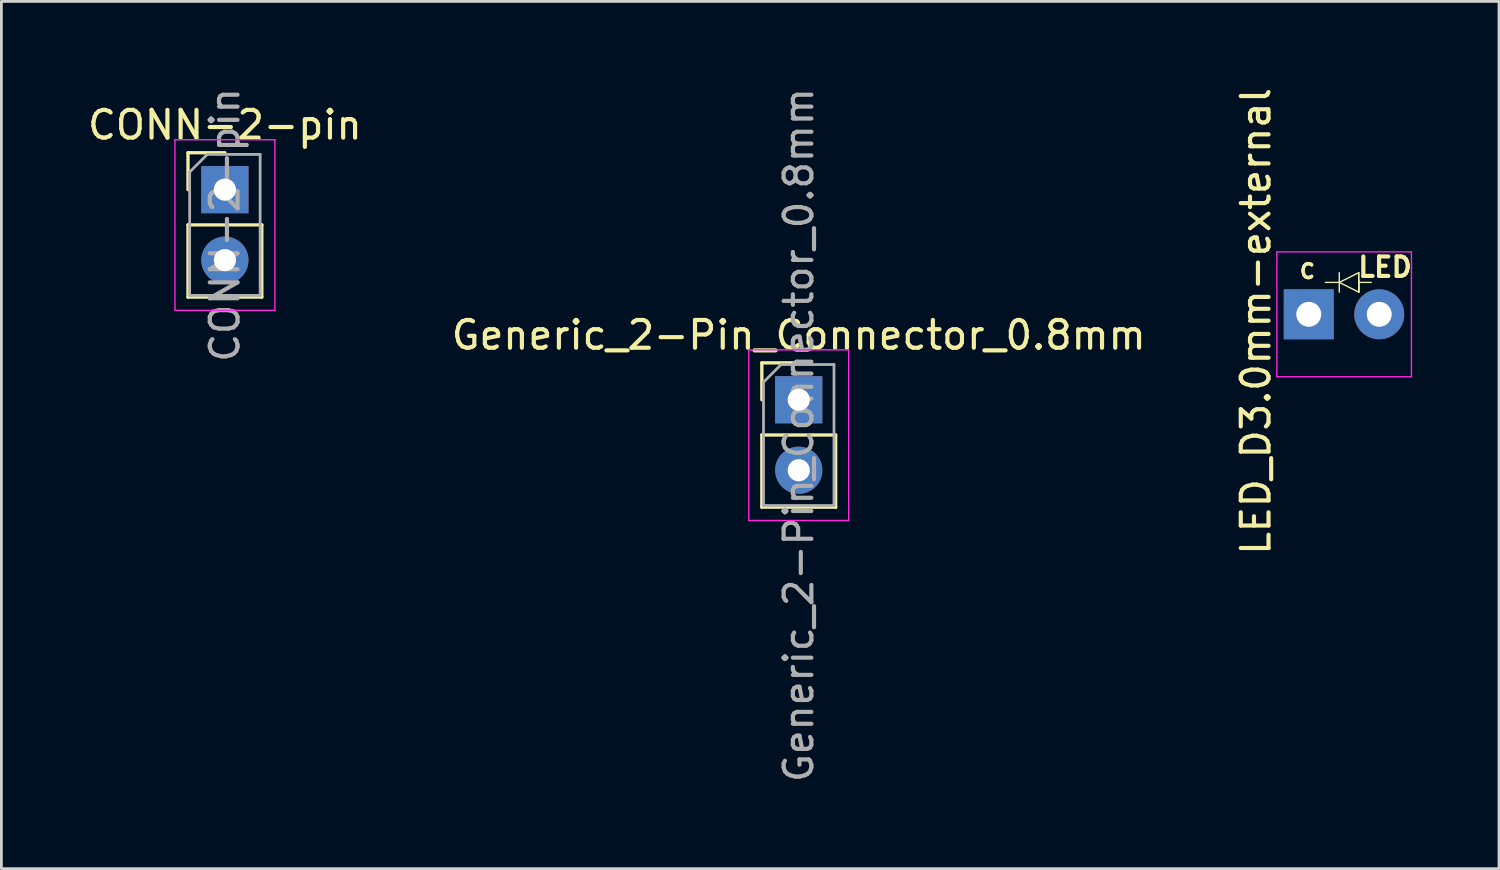
<source format=kicad_pcb>
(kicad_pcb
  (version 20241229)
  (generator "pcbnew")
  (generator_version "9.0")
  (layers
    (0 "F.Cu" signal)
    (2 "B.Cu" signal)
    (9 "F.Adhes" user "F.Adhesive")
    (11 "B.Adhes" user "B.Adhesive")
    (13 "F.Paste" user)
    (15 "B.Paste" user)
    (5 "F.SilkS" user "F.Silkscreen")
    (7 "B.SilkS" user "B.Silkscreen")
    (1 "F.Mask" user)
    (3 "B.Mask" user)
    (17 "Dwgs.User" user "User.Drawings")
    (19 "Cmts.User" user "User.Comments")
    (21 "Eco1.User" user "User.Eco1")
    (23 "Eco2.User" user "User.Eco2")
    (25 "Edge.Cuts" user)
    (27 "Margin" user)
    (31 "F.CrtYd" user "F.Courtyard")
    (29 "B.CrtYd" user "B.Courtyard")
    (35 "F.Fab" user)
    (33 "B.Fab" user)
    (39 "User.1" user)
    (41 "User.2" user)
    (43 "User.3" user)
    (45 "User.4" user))
  (footprint "CONN-2-pin"
    (layer "F.Cu")
    (at 5.054 3.784)
    (property "Reference" "CONN-2-pin" (at 0 -2.33 0) (layer "F.SilkS") (effects (font (size 1 1) (thickness 0.15))))
    (attr through_hole)
    (fp_line (start -1.33 -1.33) (end 0 -1.33) (stroke (width 0.12) (type solid)) (layer "F.SilkS"))
    (fp_line (start -1.33 0) (end -1.33 -1.33) (stroke (width 0.12) (type solid)) (layer "F.SilkS"))
    (fp_line (start -1.33 1.27) (end -1.33 3.87) (stroke (width 0.12) (type solid)) (layer "F.SilkS"))
    (fp_line (start -1.33 1.27) (end 1.33 1.27) (stroke (width 0.12) (type solid)) (layer "F.SilkS"))
    (fp_line (start -1.33 3.87) (end 1.33 3.87) (stroke (width 0.12) (type solid)) (layer "F.SilkS"))
    (fp_line (start 1.33 1.27) (end 1.33 3.87) (stroke (width 0.12) (type solid)) (layer "F.SilkS"))
    (fp_line (start -1.8 -1.8) (end -1.8 4.35) (stroke (width 0.05) (type solid)) (layer "F.CrtYd"))
    (fp_line (start -1.8 4.35) (end 1.8 4.35) (stroke (width 0.05) (type solid)) (layer "F.CrtYd"))
    (fp_line (start 1.8 -1.8) (end -1.8 -1.8) (stroke (width 0.05) (type solid)) (layer "F.CrtYd"))
    (fp_line (start 1.8 4.35) (end 1.8 -1.8) (stroke (width 0.05) (type solid)) (layer "F.CrtYd"))
    (fp_line (start -1.27 -0.635) (end -0.635 -1.27) (stroke (width 0.1) (type solid)) (layer "F.Fab"))
    (fp_line (start -1.27 3.81) (end -1.27 -0.635) (stroke (width 0.1) (type solid)) (layer "F.Fab"))
    (fp_line (start -0.635 -1.27) (end 1.27 -1.27) (stroke (width 0.1) (type solid)) (layer "F.Fab"))
    (fp_line (start 1.27 -1.27) (end 1.27 3.81) (stroke (width 0.1) (type solid)) (layer "F.Fab"))
    (fp_line (start 1.27 3.81) (end -1.27 3.81) (stroke (width 0.1) (type solid)) (layer "F.Fab"))
    (fp_text user "${REFERENCE}" (at 0 1.27 90) (layer "F.Fab") (effects (font (size 1 1) (thickness 0.15))))
    (pad "1" thru_hole rect (at 0 0) (size 1.7 1.7) (drill 0.8) (layers "*.Cu" "*.Mask"))
    (pad "2" thru_hole oval (at 0 2.54) (size 1.7 1.7) (drill 0.8) (layers "*.Cu" "*.Mask")))
  (footprint "LED_D3.0mm-external"
    (layer "F.Cu")
    (at 44.11 8.276)
    (property "Reference" "LED_D3.0mm-external" (at -1.905 0.254 90) (layer "F.SilkS") (effects (font (size 1 1) (thickness 0.15))))
    (attr through_hole)
    (fp_line (start 1.1 -1.5) (end 1.1 -0.8) (stroke (width 0.05) (type solid)) (layer "F.SilkS"))
    (fp_line (start 1.1 -1.15) (end 0.6 -1.15) (stroke (width 0.05) (type solid)) (layer "F.SilkS"))
    (fp_line (start 1.1 -1.15) (end 1.8 -0.8) (stroke (width 0.05) (type solid)) (layer "F.SilkS"))
    (fp_line (start 1.8 -1.5) (end 1.1 -1.15) (stroke (width 0.05) (type solid)) (layer "F.SilkS"))
    (fp_line (start 1.8 -1.5) (end 1.8 -1.2) (stroke (width 0.05) (type solid)) (layer "F.SilkS"))
    (fp_line (start 1.8 -1.2) (end 1.8 -1.5) (stroke (width 0.05) (type solid)) (layer "F.SilkS"))
    (fp_line (start 1.8 -1.2) (end 1.8 -0.8) (stroke (width 0.05) (type solid)) (layer "F.SilkS"))
    (fp_line (start 1.8 -1.2) (end 1.8 -0.8) (stroke (width 0.05) (type solid)) (layer "F.SilkS"))
    (fp_line (start 1.8 -1.2) (end 1.8 -0.8) (stroke (width 0.05) (type solid)) (layer "F.SilkS"))
    (fp_line (start 1.8 -1.15) (end 2.25 -1.15) (stroke (width 0.05) (type solid)) (layer "F.SilkS"))
    (fp_line (start 1.8 -0.8) (end 1.8 -1.2) (stroke (width 0.05) (type solid)) (layer "F.SilkS"))
    (fp_line (start -1.15 -2.25) (end -1.15 2.25) (stroke (width 0.05) (type solid)) (layer "F.CrtYd"))
    (fp_line (start -1.15 2.25) (end 3.7 2.25) (stroke (width 0.05) (type solid)) (layer "F.CrtYd"))
    (fp_line (start 3.7 -2.25) (end -1.15 -2.25) (stroke (width 0.05) (type solid)) (layer "F.CrtYd"))
    (fp_line (start 3.7 2.25) (end 3.7 -2.25) (stroke (width 0.05) (type solid)) (layer "F.CrtYd"))
    (fp_text user "LED" (at 2.75 -1.7 0) (layer "F.SilkS") (effects (font (size 0.7 0.7) (thickness 0.15))))
    (fp_text user "C" (at -0.05 -1.55 0) (layer "F.SilkS") (effects (font (size 0.5 0.5) (thickness 0.125))))
    (pad "1" thru_hole rect (at 0 0) (size 1.8 1.8) (drill 0.9) (layers "*.Cu" "*.Mask"))
    (pad "2" thru_hole circle (at 2.54 0) (size 1.8 1.8) (drill 0.9) (layers "*.Cu" "*.Mask")))
  (footprint "Generic_2-Pin_Connector_0.8mm"
    (layer "F.Cu")
    (at 25.732 11.355)
    (property "Reference" "Generic_2-Pin_Connector_0.8mm" (at 0 -2.33 0) (layer "F.SilkS") (effects (font (size 1 1) (thickness 0.15))))
    (attr through_hole)
    (fp_line (start -1.33 -1.33) (end 0 -1.33) (stroke (width 0.12) (type solid)) (layer "F.SilkS"))
    (fp_line (start -1.33 0) (end -1.33 -1.33) (stroke (width 0.12) (type solid)) (layer "F.SilkS"))
    (fp_line (start -1.33 1.27) (end -1.33 3.87) (stroke (width 0.12) (type solid)) (layer "F.SilkS"))
    (fp_line (start -1.33 1.27) (end 1.33 1.27) (stroke (width 0.12) (type solid)) (layer "F.SilkS"))
    (fp_line (start -1.33 3.87) (end 1.33 3.87) (stroke (width 0.12) (type solid)) (layer "F.SilkS"))
    (fp_line (start 1.33 1.27) (end 1.33 3.87) (stroke (width 0.12) (type solid)) (layer "F.SilkS"))
    (fp_line (start -1.8 -1.8) (end -1.8 4.35) (stroke (width 0.05) (type solid)) (layer "F.CrtYd"))
    (fp_line (start -1.8 4.35) (end 1.8 4.35) (stroke (width 0.05) (type solid)) (layer "F.CrtYd"))
    (fp_line (start 1.8 -1.8) (end -1.8 -1.8) (stroke (width 0.05) (type solid)) (layer "F.CrtYd"))
    (fp_line (start 1.8 4.35) (end 1.8 -1.8) (stroke (width 0.05) (type solid)) (layer "F.CrtYd"))
    (fp_line (start -1.27 -0.635) (end -0.635 -1.27) (stroke (width 0.1) (type solid)) (layer "F.Fab"))
    (fp_line (start -1.27 3.81) (end -1.27 -0.635) (stroke (width 0.1) (type solid)) (layer "F.Fab"))
    (fp_line (start -0.635 -1.27) (end 1.27 -1.27) (stroke (width 0.1) (type solid)) (layer "F.Fab"))
    (fp_line (start 1.27 -1.27) (end 1.27 3.81) (stroke (width 0.1) (type solid)) (layer "F.Fab"))
    (fp_line (start 1.27 3.81) (end -1.27 3.81) (stroke (width 0.1) (type solid)) (layer "F.Fab"))
    (fp_text user "${REFERENCE}" (at 0 1.27 90) (layer "F.Fab") (effects (font (size 1 1) (thickness 0.15))))
    (pad "1" thru_hole rect (at 0 0) (size 1.7 1.7) (drill 0.8) (layers "*.Cu" "*.Mask"))
    (pad "2" thru_hole oval (at 0 2.54) (size 1.7 1.7) (drill 0.8) (layers "*.Cu" "*.Mask")))
  (gr_rect
    (start -3 -3)
    (end 50.965 28.25)
    (stroke (width 0.1) (type default))
    (fill no)
    (layer "Edge.Cuts")))
</source>
